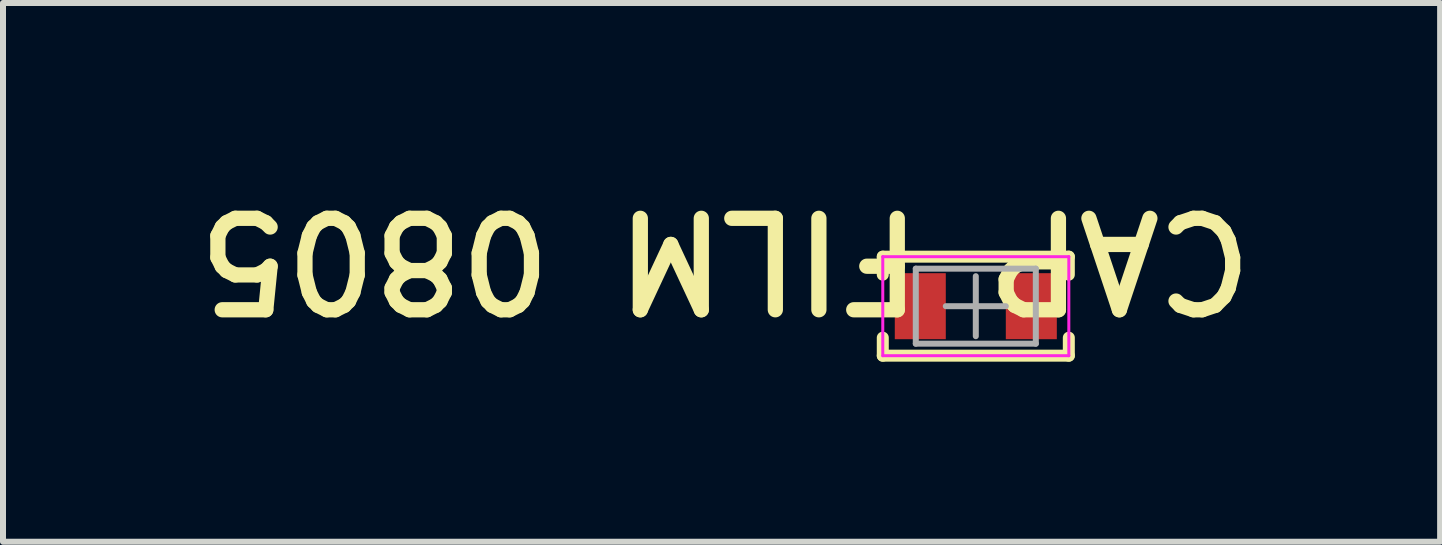
<source format=kicad_pcb>
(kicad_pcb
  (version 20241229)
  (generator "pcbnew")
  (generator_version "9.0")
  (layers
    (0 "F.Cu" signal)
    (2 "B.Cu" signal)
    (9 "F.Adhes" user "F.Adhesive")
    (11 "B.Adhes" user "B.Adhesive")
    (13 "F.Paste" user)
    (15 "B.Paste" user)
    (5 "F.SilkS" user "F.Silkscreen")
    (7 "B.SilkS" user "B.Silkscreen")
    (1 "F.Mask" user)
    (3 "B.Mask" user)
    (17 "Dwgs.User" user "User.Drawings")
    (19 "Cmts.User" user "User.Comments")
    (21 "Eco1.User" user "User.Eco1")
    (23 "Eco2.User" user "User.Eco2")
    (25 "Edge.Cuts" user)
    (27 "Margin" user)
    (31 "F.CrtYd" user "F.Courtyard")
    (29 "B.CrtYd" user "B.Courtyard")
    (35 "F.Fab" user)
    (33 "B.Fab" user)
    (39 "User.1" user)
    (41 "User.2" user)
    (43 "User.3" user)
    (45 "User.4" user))
  (footprint "CAP FILM 0805"
    (layer "F.Cu")
    (at 13.21 2.052)
    (property "Reference" "CAP FILM 0805" (at 4.737 -1.664 180) (unlocked yes) (layer "F.SilkS") (effects (font (size 1.524 1.524) (thickness 0.254)) (justify left bottom)))
    (fp_line (start -1.55 -0.825) (end -1.55 -0.525) (stroke (width 0.2) (type solid)) (layer "F.SilkS"))
    (fp_line (start -1.55 -0.825) (end 1.55 -0.825) (stroke (width 0.2) (type solid)) (layer "F.SilkS"))
    (fp_line (start -1.55 0.525) (end -1.55 0.825) (stroke (width 0.2) (type solid)) (layer "F.SilkS"))
    (fp_line (start -1.55 0.825) (end 1.55 0.825) (stroke (width 0.2) (type solid)) (layer "F.SilkS"))
    (fp_line (start 1.55 -0.825) (end 1.55 -0.525) (stroke (width 0.2) (type solid)) (layer "F.SilkS"))
    (fp_line (start 1.55 0.525) (end 1.55 0.825) (stroke (width 0.2) (type solid)) (layer "F.SilkS"))
    (fp_line (start -1.55 -0.825) (end -1.55 0.825) (stroke (width 0.05) (type solid)) (layer "F.CrtYd"))
    (fp_line (start -1.55 -0.825) (end 1.55 -0.825) (stroke (width 0.05) (type solid)) (layer "F.CrtYd"))
    (fp_line (start -1.55 0.825) (end 1.55 0.825) (stroke (width 0.05) (type solid)) (layer "F.CrtYd"))
    (fp_line (start 1.55 -0.825) (end 1.55 0.825) (stroke (width 0.05) (type solid)) (layer "F.CrtYd"))
    (fp_line (start -1 -0.625) (end -1 0.625) (stroke (width 0.1) (type solid)) (layer "F.Fab"))
    (fp_line (start -1 -0.625) (end 1 -0.625) (stroke (width 0.1) (type solid)) (layer "F.Fab"))
    (fp_line (start -1 0.625) (end 1 0.625) (stroke (width 0.1) (type solid)) (layer "F.Fab"))
    (fp_line (start -0.5 0) (end 0.5 0) (stroke (width 0.1) (type solid)) (layer "F.Fab"))
    (fp_line (start 0 -0.5) (end 0 0.5) (stroke (width 0.1) (type solid)) (layer "F.Fab"))
    (fp_line (start 1 -0.625) (end 1 0.625) (stroke (width 0.1) (type solid)) (layer "F.Fab"))
    (pad "1" smd rect (at -0.925 0) (size 0.85 1.1) (layers "F.Cu" "F.Mask" "F.Paste"))
    (pad "2" smd rect (at 0.925 0) (size 0.85 1.1) (layers "F.Cu" "F.Mask" "F.Paste")))
  (gr_rect
    (start -3 -3)
    (end 20.947 5.977)
    (stroke (width 0.1) (type default))
    (fill no)
    (layer "Edge.Cuts")))
</source>
